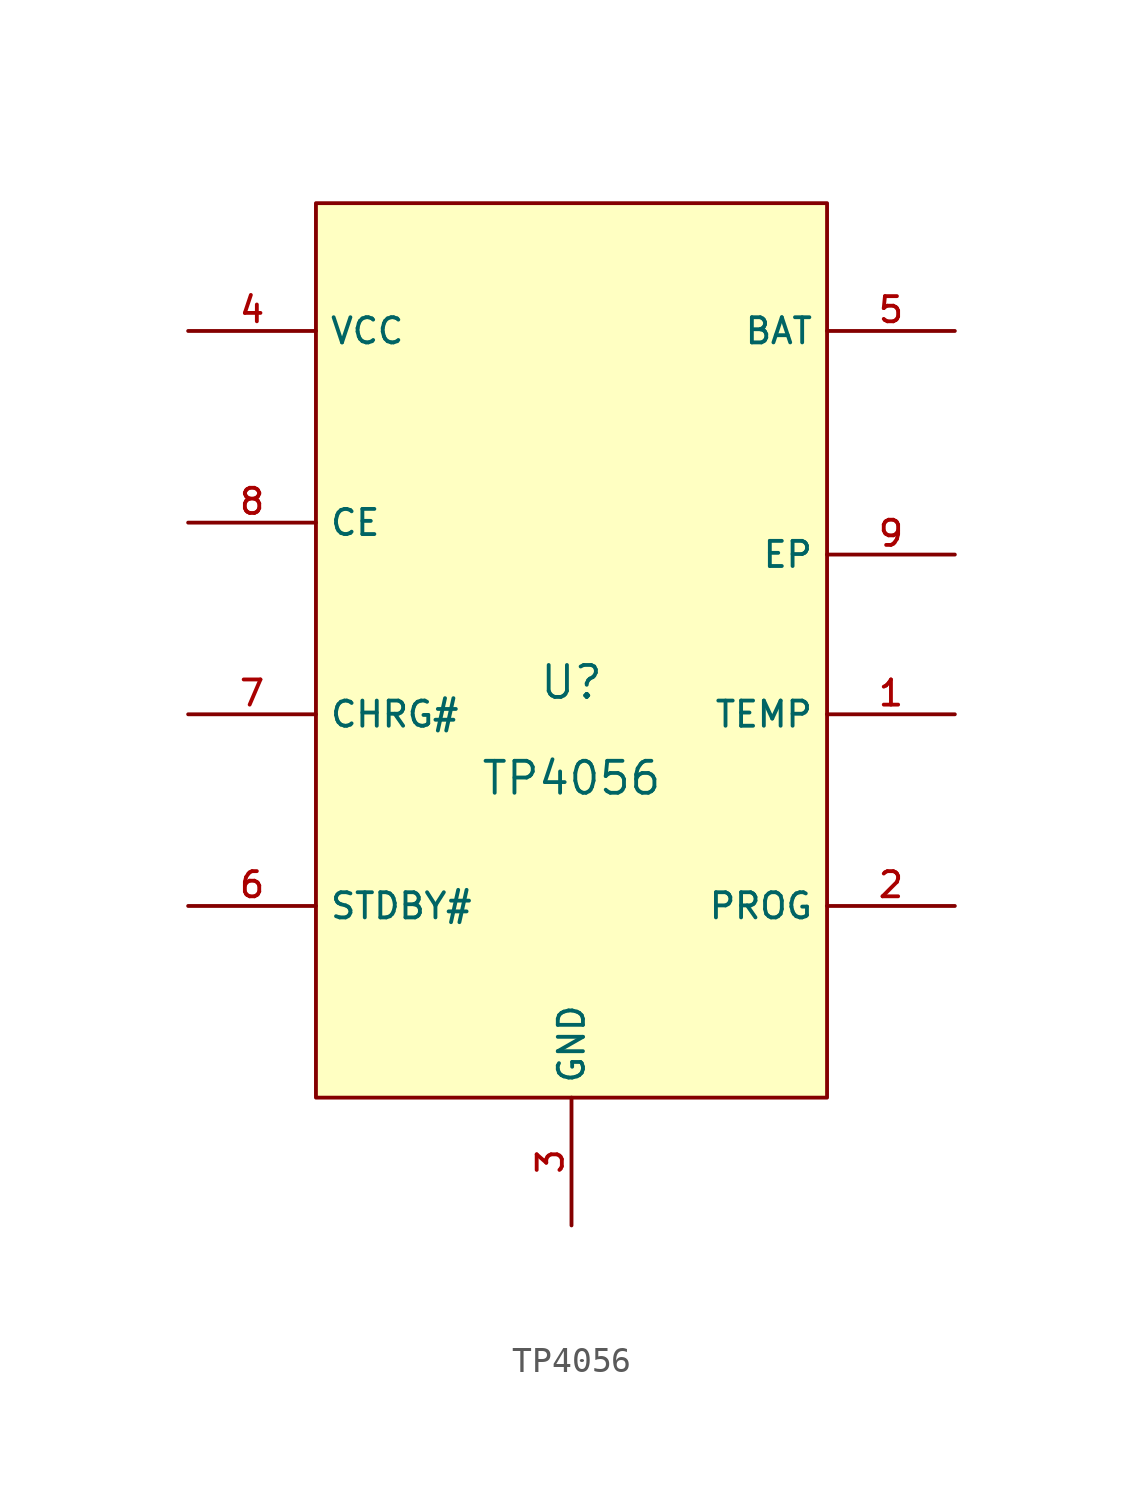
<source format=kicad_sym>
(kicad_symbol_lib
  (version 20231120)
  (generator "kicad_symbol_editor")
  (generator_version "8.0")
  (symbol "TP4056"
    (property "Reference" "U"
      (at 0 1.27 0)
      (effects (font (size 1.27 1.27))))
    (property "Value" "TP4056"
      (at 0 -2.54 0)
      (effects (font (size 1.27 1.27))))
    (symbol "TP4056_0_1"
      (rectangle (start -10.16 20.32) (end 10.16 -15.24) (stroke (width 0) (type default)) (fill (type background)))
      (pin unspecified line (at 15.24 0 180) (length 5.08) (name "TEMP" (effects (font (size 1 1)))) (number "1" (effects (font (size 1 1)))))
      (pin unspecified line (at 15.24 -7.62 180) (length 5.08) (name "PROG" (effects (font (size 1 1)))) (number "2" (effects (font (size 1 1)))))
      (pin unspecified line (at 0 -20.32 90) (length 5.08) (name "GND" (effects (font (size 1 1)))) (number "3" (effects (font (size 1 1)))))
      (pin unspecified line (at -15.24 15.24 0) (length 5.08) (name "VCC" (effects (font (size 1 1)))) (number "4" (effects (font (size 1 1)))))
      (pin unspecified line (at 15.24 15.24 180) (length 5.08) (name "BAT" (effects (font (size 1 1)))) (number "5" (effects (font (size 1 1)))))
      (pin unspecified line (at -15.24 -7.62 0) (length 5.08) (name "STDBY#" (effects (font (size 1 1)))) (number "6" (effects (font (size 1 1)))))
      (pin unspecified line (at -15.24 0 0) (length 5.08) (name "CHRG#" (effects (font (size 1 1)))) (number "7" (effects (font (size 1 1)))))
      (pin unspecified line (at -15.24 7.62 0) (length 5.08) (name "CE" (effects (font (size 1 1)))) (number "8" (effects (font (size 1 1)))))
      (pin unspecified line (at 15.24 6.35 180) (length 5.08) (name "EP" (effects (font (size 1 1)))) (number "9" (effects (font (size 1 1))))))))
</source>
